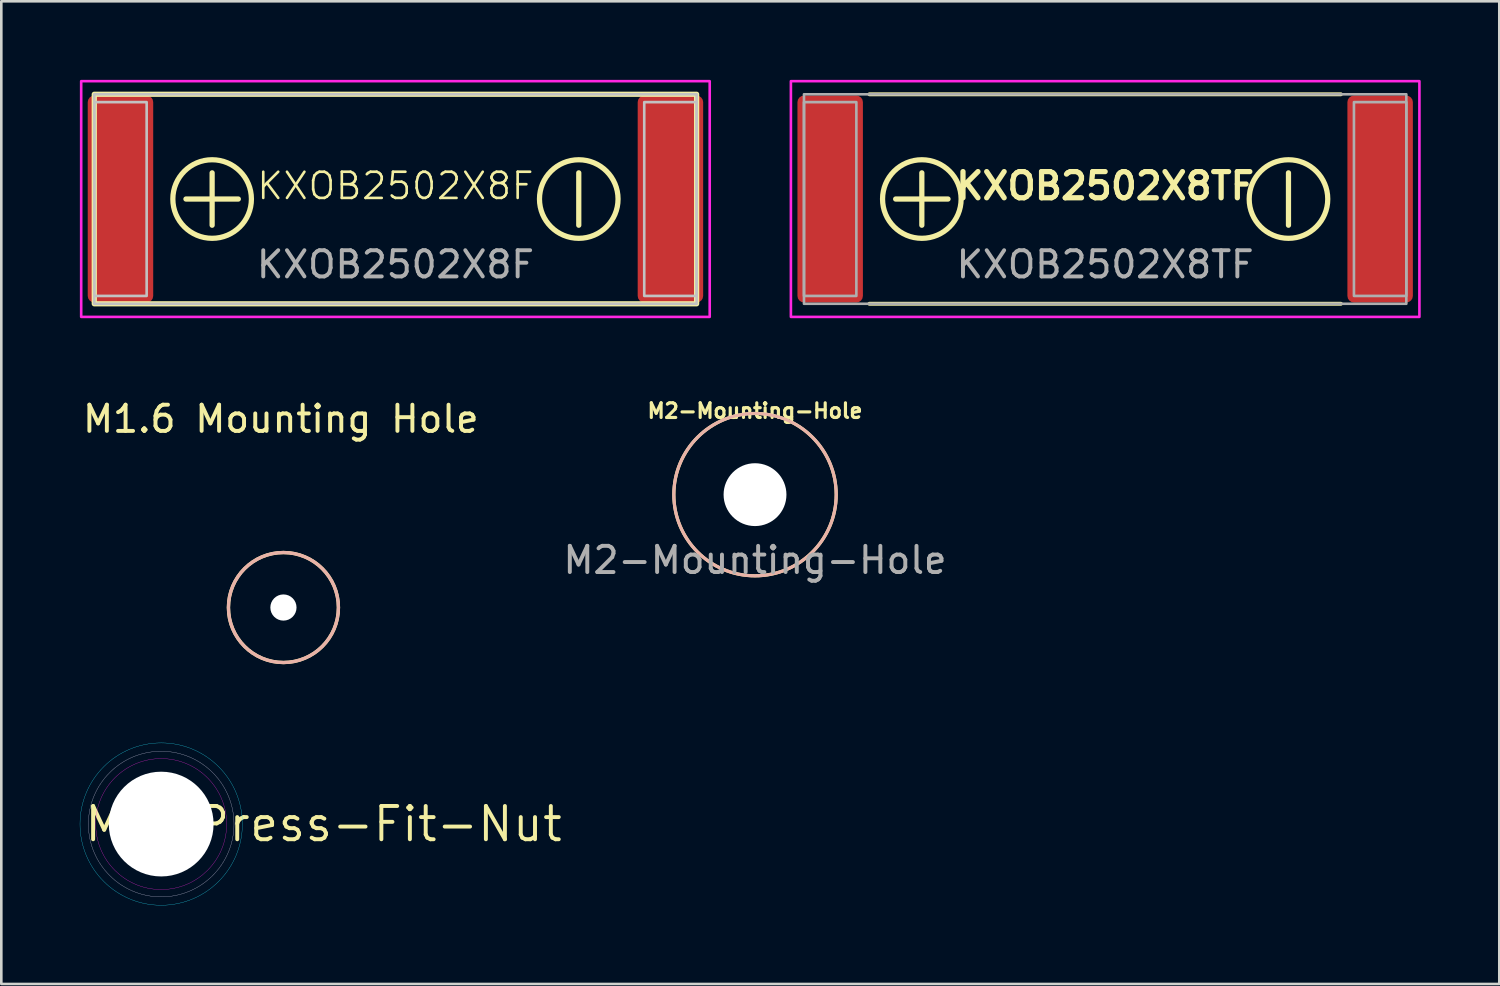
<source format=kicad_pcb>
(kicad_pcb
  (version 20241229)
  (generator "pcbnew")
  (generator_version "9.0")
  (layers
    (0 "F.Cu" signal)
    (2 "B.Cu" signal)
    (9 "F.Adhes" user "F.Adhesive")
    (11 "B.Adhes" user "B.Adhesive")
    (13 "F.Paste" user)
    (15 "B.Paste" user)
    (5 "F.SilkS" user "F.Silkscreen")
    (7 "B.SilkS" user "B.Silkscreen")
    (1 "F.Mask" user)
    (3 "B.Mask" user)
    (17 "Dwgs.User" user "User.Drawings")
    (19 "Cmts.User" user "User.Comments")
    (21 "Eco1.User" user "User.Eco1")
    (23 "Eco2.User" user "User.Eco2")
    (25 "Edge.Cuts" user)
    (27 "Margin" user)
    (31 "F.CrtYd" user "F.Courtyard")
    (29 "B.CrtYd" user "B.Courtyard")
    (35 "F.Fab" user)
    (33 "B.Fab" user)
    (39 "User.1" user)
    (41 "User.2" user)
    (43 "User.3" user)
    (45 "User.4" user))
  (footprint "M1.6 Mounting Hole"
    (layer "F.Cu")
    (at 7.773 20.148)
    (property "Reference" "M1.6 Mounting Hole" (at -0.1 -7.2 0) (unlocked yes) (layer "F.SilkS") (effects (font (size 1 1) (thickness 0.15))))
    (fp_circle (center 0 0) (end 1.5 0) (stroke (width 0.12) (type solid)) (fill yes) (layer "F.Mask"))
    (fp_circle (center 0 0) (end 2 0) (stroke (width 0.12) (type solid)) (fill yes) (layer "B.Mask"))
    (fp_circle (center 0 0) (end 2.1 0) (stroke (width 0.127) (type solid)) (fill no) (layer "F.SilkS"))
    (fp_circle (center 0 0) (end 2.1 0) (stroke (width 0.127) (type solid)) (fill no) (layer "B.SilkS"))
    (pad "" np_thru_hole circle (at 0 0) (size 1 1) (drill 1.7) (layers "*.Cu" "*.Mask"))
    (zone (net_name "") (layer "F.Cu") (hatch edge 0.508) (connect_pads) (min_thickness 0.254) (filled_areas_thickness no) (keepout (tracks not_allowed) (vias not_allowed) (pads not_allowed) (copperpour not_allowed) (footprints not_allowed)) (placement (enabled no)) (fill) (polygon (pts (xy 8.223 18.598) (xy 8.423 18.698) (xy 8.473 18.698) (xy 8.573 18.748) (xy 8.623 18.798) (xy 8.723 18.848) (xy 9.073 19.198) (xy 9.123 19.298) (xy 9.223 19.448) (xy 9.323 19.748) (xy 9.373 19.998) (xy 9.373 20.298) (xy 9.323 20.548) (xy 9.223 20.848) (xy 9.123 20.998) (xy 9.073 21.098) (xy 8.823 21.348) (xy 8.623 21.498) (xy 8.323 21.648) (xy 8.173 21.698) (xy 7.873 21.748) (xy 7.623 21.748) (xy 7.373 21.698) (xy 7.073 21.598) (xy 6.773 21.398) (xy 6.523 21.148) (xy 6.323 20.848) (xy 6.223 20.548) (xy 6.173 20.248) (xy 6.173 19.948) (xy 6.223 19.798) (xy 6.273 19.598) (xy 6.323 19.448) (xy 6.523 19.148) (xy 6.773 18.898) (xy 6.923 18.798) (xy 7.223 18.648) (xy 7.373 18.598) (xy 7.673 18.548) (xy 7.923 18.548))))
    (zone (net_name "") (layer "B.Cu") (hatch edge 0.508) (connect_pads) (min_thickness 0.254) (filled_areas_thickness no) (keepout (tracks not_allowed) (vias not_allowed) (pads not_allowed) (copperpour not_allowed) (footprints not_allowed)) (placement (enabled no)) (fill) (polygon (pts (xy 8.066 18.188) (xy 8.216 18.213) (xy 8.316 18.238) (xy 8.466 18.288) (xy 8.641 18.363) (xy 8.966 18.563) (xy 9.141 18.713) (xy 9.266 18.838) (xy 9.366 18.963) (xy 9.516 19.188) (xy 9.591 19.338) (xy 9.641 19.463) (xy 9.691 19.613) (xy 9.741 19.838) (xy 9.766 20.063) (xy 9.766 20.288) (xy 9.741 20.488) (xy 9.716 20.613) (xy 9.691 20.713) (xy 9.666 20.788) (xy 9.591 20.988) (xy 9.466 21.213) (xy 9.366 21.363) (xy 9.266 21.488) (xy 9.066 21.688) (xy 8.891 21.813) (xy 8.816 21.863) (xy 8.691 21.938) (xy 8.591 21.988) (xy 8.466 22.038) (xy 8.316 22.088) (xy 8.216 22.113) (xy 8.091 22.138) (xy 7.841 22.163) (xy 7.691 22.163) (xy 7.441 22.138) (xy 7.316 22.113) (xy 7.216 22.088) (xy 7.066 22.038) (xy 6.941 21.988) (xy 6.841 21.938) (xy 6.716 21.863) (xy 6.566 21.763) (xy 6.416 21.638) (xy 6.291 21.513) (xy 6.166 21.363) (xy 6.066 21.213) (xy 5.916 20.913) (xy 5.816 20.613) (xy 5.766 20.263) (xy 5.766 20.063) (xy 5.791 19.838) (xy 5.816 19.713) (xy 5.841 19.613) (xy 5.891 19.463) (xy 5.966 19.288) (xy 6.016 19.188) (xy 6.166 18.963) (xy 6.241 18.863) (xy 6.441 18.663) (xy 6.566 18.563) (xy 6.716 18.463) (xy 6.891 18.363) (xy 7.066 18.288) (xy 7.216 18.238) (xy 7.316 18.213) (xy 7.441 18.188) (xy 7.691 18.163) (xy 7.866 18.163)))))
  (footprint "KXOB2502X8TF"
    (layer "F.Cu")
    (at 39.15 4.55)
    (property "Reference" "KXOB2502X8TF" (at 0 -0.5 0) (unlocked yes) (layer "F.SilkS") (effects (font (size 1 1) (thickness 0.2) (bold yes))))
    (attr smd)
    (fp_line (start -9 -4) (end 9 -4) (stroke (width 0.15) (type default)) (layer "F.SilkS"))
    (fp_line (start -9 4) (end 9 4) (stroke (width 0.15) (type default)) (layer "F.SilkS"))
    (fp_line (start -8 0) (end -6 0) (stroke (width 0.2) (type default)) (layer "F.SilkS"))
    (fp_line (start -7 1) (end -7 -1) (stroke (width 0.2) (type default)) (layer "F.SilkS"))
    (fp_line (start 7 1) (end 7 -1) (stroke (width 0.2) (type default)) (layer "F.SilkS"))
    (fp_circle (center -7 0) (end -5.5 0) (stroke (width 0.2) (type default)) (fill no) (layer "F.SilkS"))
    (fp_circle (center 7 0) (end 8.5 0) (stroke (width 0.2) (type default)) (fill no) (layer "F.SilkS"))
    (fp_rect (start -12 -4.5) (end 12 4.5) (stroke (width 0.1) (type default)) (fill no) (layer "F.CrtYd"))
    (fp_rect (start -11.5 -4) (end 11.5 4) (stroke (width 0.1) (type default)) (fill no) (layer "F.Fab"))
    (fp_rect (start -11.5 -3.7) (end -9.5 3.7) (stroke (width 0.1) (type default)) (fill no) (layer "F.Fab"))
    (fp_rect (start 9.5 -3.7) (end 11.5 3.7) (stroke (width 0.1) (type default)) (fill no) (layer "F.Fab"))
    (fp_text user "${REFERENCE}" (at 0 2.5 0) (unlocked yes) (layer "F.Fab") (effects (font (size 1 1) (thickness 0.15))))
    (pad "NEG2" smd roundrect (at 10.5 0) (size 2.5 7.9) (layers "F.Cu" "F.Mask" "F.Paste") (roundrect_rratio 0.1))
    (pad "POS1" smd roundrect (at -10.5 0) (size 2.5 7.9) (layers "F.Cu" "F.Mask" "F.Paste") (roundrect_rratio 0.1)))
  (footprint "KXOB2502X8F"
    (layer "F.Cu")
    (at 12.05 4.55)
    (property "Reference" "KXOB2502X8F" (at 0 -0.5 0) (unlocked yes) (layer "F.SilkS") (effects (font (size 1 1) (thickness 0.1))))
    (attr smd)
    (fp_line (start -8 0) (end -6 0) (stroke (width 0.2) (type default)) (layer "F.SilkS"))
    (fp_line (start -7 1) (end -7 -1) (stroke (width 0.2) (type default)) (layer "F.SilkS"))
    (fp_line (start 7 1) (end 7 -1) (stroke (width 0.2) (type default)) (layer "F.SilkS"))
    (fp_rect (start -11.5 -4) (end 11.5 4) (stroke (width 0.2) (type default)) (fill no) (layer "F.SilkS"))
    (fp_circle (center -7 0) (end -5.5 0) (stroke (width 0.2) (type default)) (fill no) (layer "F.SilkS"))
    (fp_circle (center 7 0) (end 8.5 0) (stroke (width 0.2) (type default)) (fill no) (layer "F.SilkS"))
    (fp_rect (start -11.5 -4) (end 11.5 4) (stroke (width 0.1) (type default)) (fill no) (layer "Dwgs.User"))
    (fp_rect (start -11.5 -3.7) (end -9.5 3.7) (stroke (width 0.1) (type default)) (fill no) (layer "Dwgs.User"))
    (fp_rect (start 9.5 -3.7) (end 11.5 3.7) (stroke (width 0.1) (type default)) (fill no) (layer "Dwgs.User"))
    (fp_rect (start -12 -4.5) (end 12 4.5) (stroke (width 0.1) (type default)) (fill no) (layer "F.CrtYd"))
    (fp_text user "${REFERENCE}" (at 0 2.5 0) (unlocked yes) (layer "F.Fab") (effects (font (size 1 1) (thickness 0.15))))
    (pad "NEG2" smd roundrect (at 10.5 0) (size 2.5 7.9) (layers "F.Cu" "F.Mask" "F.Paste") (roundrect_rratio 0.1))
    (pad "POS1" smd roundrect (at -10.5 0) (size 2.5 7.9) (layers "F.Cu" "F.Mask" "F.Paste") (roundrect_rratio 0.1)))
  (footprint "M2-Press-Fit-Nut"
    (layer "F.Cu")
    (at 3.105 28.417)
    (property "Reference" "M2-Press-Fit-Nut" (at 6.2 0 0) (layer "F.SilkS") (effects (font (size 1.27 1.27) (thickness 0.15))))
    (fp_circle (center 0 0) (end 2.1 0) (stroke (width 0.2) (type solid)) (fill yes) (layer "F.Mask"))
    (fp_circle (center 0 0) (end 2.75 0) (stroke (width 0.2) (type solid)) (fill yes) (layer "B.Mask"))
    (fp_circle (center 0 0) (end 3.1 0) (stroke (width 0.01) (type solid)) (fill no) (layer "B.CrtYd"))
    (fp_circle (center 0 0) (end 2.5 0) (stroke (width 0.01) (type solid)) (fill no) (layer "F.CrtYd"))
    (fp_circle (center 0 0) (end 1.2 0) (stroke (width 0.01) (type solid)) (fill no) (layer "B.Fab"))
    (fp_circle (center 0 0) (end 2.78 0) (stroke (width 0.01) (type solid)) (fill no) (layer "B.Fab"))
    (fp_circle (center 0 0) (end 1.2 0) (stroke (width 0.01) (type solid)) (fill no) (layer "F.Fab"))
    (fp_circle (center 0 0) (end 2.78 0) (stroke (width 0.01) (type solid)) (fill no) (layer "F.Fab"))
    (pad "" np_thru_hole circle (at 0 0) (size 4 4) (drill 4) (layers "*.Cu" "*.Mask"))
    (zone (net_name "") (layer "F.Cu") (hatch edge 0.508) (connect_pads) (min_thickness 0.254) (filled_areas_thickness no) (keepout (tracks not_allowed) (vias not_allowed) (pads allowed) (copperpour not_allowed) (footprints allowed)) (placement (enabled no)) (fill) (polygon (pts (xy 5.305 28.417) (xy 5.272 28.035) (xy 5.172 27.664) (xy 5.01 27.317) (xy 4.79 27.003) (xy 4.519 26.731) (xy 4.205 26.511) (xy 3.857 26.349) (xy 3.487 26.25) (xy 3.105 26.217) (xy 2.723 26.25) (xy 2.353 26.349) (xy 2.005 26.511) (xy 1.691 26.731) (xy 1.42 27.003) (xy 1.2 27.317) (xy 1.038 27.664) (xy 0.938 28.035) (xy 0.905 28.417) (xy 0.938 28.799) (xy 1.038 29.169) (xy 1.2 29.517) (xy 1.42 29.831) (xy 1.691 30.102) (xy 2.005 30.322) (xy 2.353 30.484) (xy 2.723 30.583) (xy 3.105 30.617) (xy 3.487 30.583) (xy 3.857 30.484) (xy 4.205 30.322) (xy 4.519 30.102) (xy 4.79 29.831) (xy 5.01 29.517) (xy 5.172 29.169) (xy 5.272 28.799))))
    (zone (net_name "") (layer "B.Cu") (hatch edge 0.508) (connect_pads) (min_thickness 0.254) (filled_areas_thickness no) (keepout (tracks not_allowed) (vias not_allowed) (pads allowed) (copperpour not_allowed) (footprints allowed)) (placement (enabled no)) (fill) (polygon (pts (xy 6.105 28.417) (xy 6.059 27.896) (xy 5.924 27.391) (xy 5.703 26.917) (xy 5.403 26.488) (xy 5.033 26.119) (xy 4.605 25.819) (xy 4.131 25.598) (xy 3.626 25.462) (xy 3.105 25.417) (xy 2.584 25.462) (xy 2.079 25.598) (xy 1.605 25.819) (xy 1.177 26.119) (xy 0.807 26.488) (xy 0.507 26.917) (xy 0.286 27.391) (xy 0.151 27.896) (xy 0.105 28.417) (xy 0.151 28.938) (xy 0.286 29.443) (xy 0.507 29.917) (xy 0.807 30.345) (xy 1.177 30.715) (xy 1.605 31.015) (xy 2.079 31.236) (xy 2.584 31.371) (xy 3.105 31.417) (xy 3.626 31.371) (xy 4.131 31.236) (xy 4.605 31.015) (xy 5.033 30.715) (xy 5.403 30.345) (xy 5.703 29.917) (xy 5.924 29.443) (xy 6.059 28.938)))))
  (footprint "M2-Mounting-Hole"
    (layer "F.Cu")
    (at 25.78 15.838)
    (property "Reference" "M2-Mounting-Hole" (at 0 -3.2 0) (unlocked yes) (layer "F.SilkS") (effects (font (size 0.56 0.56) (thickness 0.12))))
    (attr exclude_from_pos_files exclude_from_bom)
    (fp_circle (center 0 0) (end 2.4 0) (stroke (width 0.12) (type solid)) (fill yes) (layer "F.Mask"))
    (fp_circle (center 0 0) (end 3 0) (stroke (width 0.12) (type solid)) (fill yes) (layer "B.Mask"))
    (fp_circle (center 0 0) (end 3.1 0) (stroke (width 0.12) (type default)) (fill no) (layer "F.SilkS"))
    (fp_circle (center 0 0) (end 3.1 0) (stroke (width 0.12) (type default)) (fill no) (layer "B.SilkS"))
    (fp_text user "${REFERENCE}" (at 0 2.5 0) (unlocked yes) (layer "F.Fab") (effects (font (size 1 1) (thickness 0.15))))
    (pad "" np_thru_hole circle (at 0 0) (size 2.4 2.4) (drill 2.4) (layers "*.Cu" "*.Mask"))
    (zone (net_name "") (layer "F.Cu") (hatch edge 0.5) (connect_pads) (min_thickness 0.25) (filled_areas_thickness no) (keepout (tracks not_allowed) (vias not_allowed) (pads allowed) (copperpour not_allowed) (footprints allowed)) (placement (enabled no)) (fill) (polygon (pts (xy 28.18 15.838) (xy 28.161 15.537) (xy 28.104 15.241) (xy 28.011 14.955) (xy 27.883 14.682) (xy 27.721 14.428) (xy 27.529 14.195) (xy 27.31 13.989) (xy 27.066 13.812) (xy 26.802 13.667) (xy 26.521 13.556) (xy 26.229 13.481) (xy 25.93 13.443) (xy 25.629 13.443) (xy 25.33 13.481) (xy 25.038 13.556) (xy 24.758 13.667) (xy 24.494 13.812) (xy 24.25 13.989) (xy 24.03 14.195) (xy 23.838 14.428) (xy 23.677 14.682) (xy 23.548 14.955) (xy 23.455 15.241) (xy 23.399 15.537) (xy 23.38 15.838) (xy 23.399 16.139) (xy 23.455 16.435) (xy 23.548 16.722) (xy 23.677 16.994) (xy 23.838 17.249) (xy 24.03 17.481) (xy 24.25 17.687) (xy 24.494 17.865) (xy 24.758 18.01) (xy 25.038 18.121) (xy 25.33 18.196) (xy 25.629 18.233) (xy 25.93 18.233) (xy 26.229 18.196) (xy 26.521 18.121) (xy 26.802 18.01) (xy 27.066 17.865) (xy 27.31 17.687) (xy 27.529 17.481) (xy 27.721 17.249) (xy 27.883 16.994) (xy 28.011 16.722) (xy 28.104 16.435) (xy 28.161 16.139))))
    (zone (net_name "") (layer "B.Cu") (hatch edge 0.5) (connect_pads) (min_thickness 0.25) (filled_areas_thickness no) (keepout (tracks not_allowed) (vias not_allowed) (pads allowed) (copperpour not_allowed) (footprints allowed)) (placement (enabled no)) (fill) (polygon (pts (xy 28.78 15.838) (xy 28.759 15.49) (xy 28.699 15.146) (xy 28.599 14.812) (xy 28.461 14.492) (xy 28.286 14.19) (xy 28.078 13.91) (xy 27.838 13.656) (xy 27.571 13.432) (xy 27.28 13.24) (xy 26.968 13.084) (xy 26.64 12.964) (xy 26.301 12.884) (xy 25.954 12.843) (xy 25.605 12.843) (xy 25.259 12.884) (xy 24.919 12.964) (xy 24.592 13.084) (xy 24.28 13.24) (xy 23.988 13.432) (xy 23.721 13.656) (xy 23.482 13.91) (xy 23.273 14.19) (xy 23.099 14.492) (xy 22.961 14.812) (xy 22.861 15.146) (xy 22.8 15.49) (xy 22.78 15.838) (xy 22.8 16.186) (xy 22.861 16.53) (xy 22.961 16.864) (xy 23.099 17.185) (xy 23.273 17.487) (xy 23.482 17.767) (xy 23.721 18.02) (xy 23.988 18.245) (xy 24.28 18.436) (xy 24.592 18.593) (xy 24.919 18.712) (xy 25.259 18.793) (xy 25.605 18.833) (xy 25.954 18.833) (xy 26.301 18.793) (xy 26.64 18.712) (xy 26.968 18.593) (xy 27.28 18.436) (xy 27.571 18.245) (xy 27.838 18.02) (xy 28.078 17.767) (xy 28.286 17.487) (xy 28.461 17.185) (xy 28.599 16.864) (xy 28.699 16.53) (xy 28.759 16.186)))))
  (gr_rect
    (start -3 -3)
    (end 54.2 34.522)
    (stroke (width 0.1) (type default))
    (fill no)
    (layer "Edge.Cuts")))
</source>
